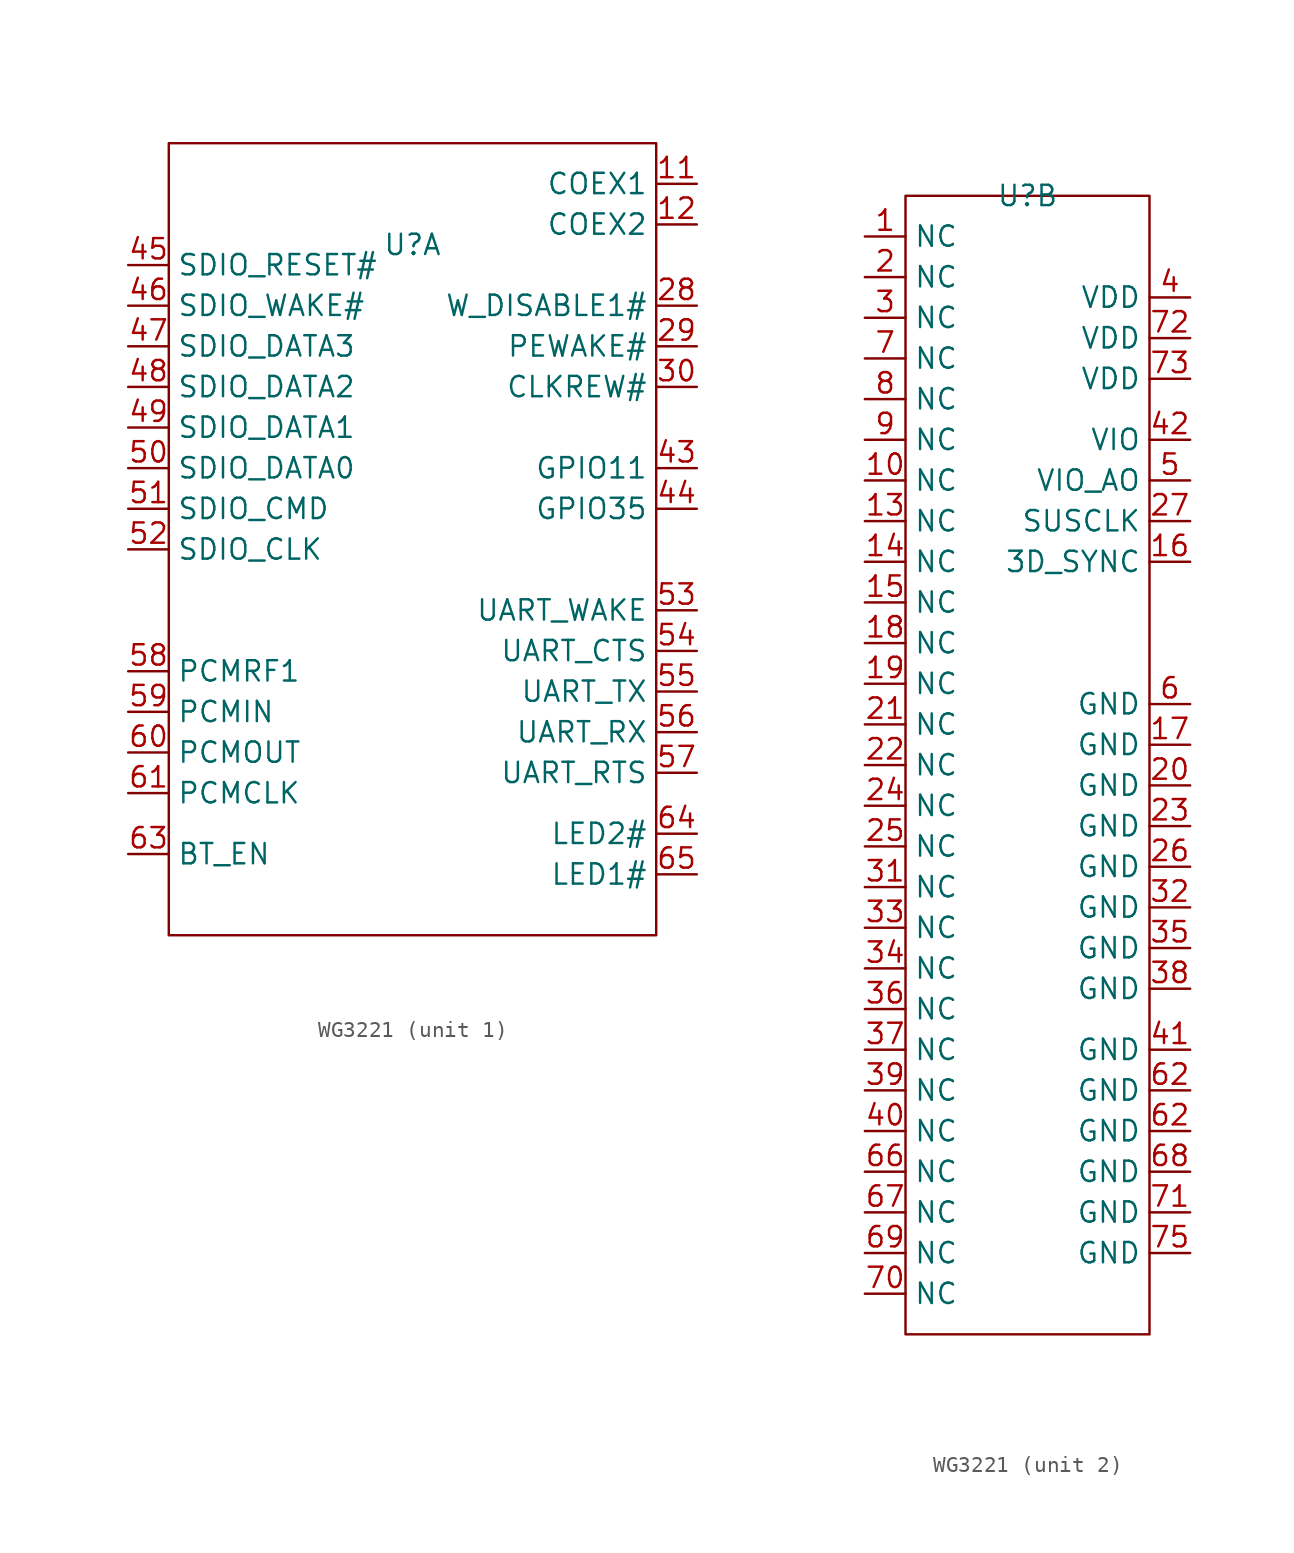
<source format=kicad_sym>
(kicad_symbol_lib
  (version 20231120)
  (generator "kicad_symbol_editor")
  (generator_version "8.0")
  (symbol "WG3221"
    (property "Reference" "U"
      (at 0 0 0)
      (effects (font (size 1.27 1.27))))
    (property "Value" ""
      (at 0 -21.59 0)
      (effects (font (size 1.27 1.27))))
    (property "ki_locked" ""
      (at 0 0 0)
      (effects (font (size 1.27 1.27))))
    (symbol "WG3221_1_1"
      (rectangle (start -15.24 6.35) (end 15.24 -43.18) (stroke (width 0) (type default)) (fill (type none)))
      (pin input line (at 17.78 3.81 180) (length 2.54) (name "COEX1" (effects (font (size 1.27 1.27)))) (number "11" (effects (font (size 1.27 1.27)))))
      (pin input line (at 17.78 1.27 180) (length 2.54) (name "COEX2" (effects (font (size 1.27 1.27)))) (number "12" (effects (font (size 1.27 1.27)))))
      (pin input line (at 17.78 -3.81 180) (length 2.54) (name "W_DISABLE1#" (effects (font (size 1.27 1.27)))) (number "28" (effects (font (size 1.27 1.27)))))
      (pin input line (at 17.78 -6.35 180) (length 2.54) (name "PEWAKE#" (effects (font (size 1.27 1.27)))) (number "29" (effects (font (size 1.27 1.27)))))
      (pin input line (at 17.78 -8.89 180) (length 2.54) (name "CLKREW#" (effects (font (size 1.27 1.27)))) (number "30" (effects (font (size 1.27 1.27)))))
      (pin input line (at 17.78 -13.97 180) (length 2.54) (name "GPIO11" (effects (font (size 1.27 1.27)))) (number "43" (effects (font (size 1.27 1.27)))))
      (pin input line (at 17.78 -16.51 180) (length 2.54) (name "GPIO35" (effects (font (size 1.27 1.27)))) (number "44" (effects (font (size 1.27 1.27)))))
      (pin input line (at -17.78 -1.27 0) (length 2.54) (name "SDIO_RESET#" (effects (font (size 1.27 1.27)))) (number "45" (effects (font (size 1.27 1.27)))))
      (pin input line (at -17.78 -3.81 0) (length 2.54) (name "SDIO_WAKE#" (effects (font (size 1.27 1.27)))) (number "46" (effects (font (size 1.27 1.27)))))
      (pin input line (at -17.78 -6.35 0) (length 2.54) (name "SDIO_DATA3" (effects (font (size 1.27 1.27)))) (number "47" (effects (font (size 1.27 1.27)))))
      (pin input line (at -17.78 -8.89 0) (length 2.54) (name "SDIO_DATA2" (effects (font (size 1.27 1.27)))) (number "48" (effects (font (size 1.27 1.27)))))
      (pin input line (at -17.78 -11.43 0) (length 2.54) (name "SDIO_DATA1" (effects (font (size 1.27 1.27)))) (number "49" (effects (font (size 1.27 1.27)))))
      (pin input line (at -17.78 -13.97 0) (length 2.54) (name "SDIO_DATA0" (effects (font (size 1.27 1.27)))) (number "50" (effects (font (size 1.27 1.27)))))
      (pin input line (at -17.78 -16.51 0) (length 2.54) (name "SDIO_CMD" (effects (font (size 1.27 1.27)))) (number "51" (effects (font (size 1.27 1.27)))))
      (pin input line (at -17.78 -19.05 0) (length 2.54) (name "SDIO_CLK" (effects (font (size 1.27 1.27)))) (number "52" (effects (font (size 1.27 1.27)))))
      (pin input line (at 17.78 -22.86 180) (length 2.54) (name "UART_WAKE" (effects (font (size 1.27 1.27)))) (number "53" (effects (font (size 1.27 1.27)))))
      (pin input line (at 17.78 -25.4 180) (length 2.54) (name "UART_CTS" (effects (font (size 1.27 1.27)))) (number "54" (effects (font (size 1.27 1.27)))))
      (pin input line (at 17.78 -27.94 180) (length 2.54) (name "UART_TX" (effects (font (size 1.27 1.27)))) (number "55" (effects (font (size 1.27 1.27)))))
      (pin input line (at 17.78 -30.48 180) (length 2.54) (name "UART_RX" (effects (font (size 1.27 1.27)))) (number "56" (effects (font (size 1.27 1.27)))))
      (pin input line (at 17.78 -33.02 180) (length 2.54) (name "UART_RTS" (effects (font (size 1.27 1.27)))) (number "57" (effects (font (size 1.27 1.27)))))
      (pin input line (at -17.78 -26.67 0) (length 2.54) (name "PCMRF1" (effects (font (size 1.27 1.27)))) (number "58" (effects (font (size 1.27 1.27)))))
      (pin input line (at -17.78 -29.21 0) (length 2.54) (name "PCMIN" (effects (font (size 1.27 1.27)))) (number "59" (effects (font (size 1.27 1.27)))))
      (pin input line (at -17.78 -31.75 0) (length 2.54) (name "PCMOUT" (effects (font (size 1.27 1.27)))) (number "60" (effects (font (size 1.27 1.27)))))
      (pin input line (at -17.78 -34.29 0) (length 2.54) (name "PCMCLK" (effects (font (size 1.27 1.27)))) (number "61" (effects (font (size 1.27 1.27)))))
      (pin input line (at -17.78 -38.1 0) (length 2.54) (name "BT_EN" (effects (font (size 1.27 1.27)))) (number "63" (effects (font (size 1.27 1.27)))))
      (pin input line (at 17.78 -36.83 180) (length 2.54) (name "LED2#" (effects (font (size 1.27 1.27)))) (number "64" (effects (font (size 1.27 1.27)))))
      (pin input line (at 17.78 -39.37 180) (length 2.54) (name "LED1#" (effects (font (size 1.27 1.27)))) (number "65" (effects (font (size 1.27 1.27))))))
    (symbol "WG3221_2_1"
      (rectangle (start -7.62 0) (end 7.62 -71.12) (stroke (width 0) (type default)) (fill (type none)))
      (pin input line (at -10.16 -2.54 0) (length 2.54) (name "NC" (effects (font (size 1.27 1.27)))) (number "1" (effects (font (size 1.27 1.27)))))
      (pin input line (at -10.16 -17.78 0) (length 2.54) (name "NC" (effects (font (size 1.27 1.27)))) (number "10" (effects (font (size 1.27 1.27)))))
      (pin input line (at 10.16 -66.04 180) (length 2.54) hide (name "GND" (effects (font (size 1.27 1.27)))) (number "100" (effects (font (size 1.27 1.27)))))
      (pin input line (at 10.16 -66.04 180) (length 2.54) hide (name "GND" (effects (font (size 1.27 1.27)))) (number "101" (effects (font (size 1.27 1.27)))))
      (pin input line (at 10.16 -66.04 180) (length 2.54) hide (name "GND" (effects (font (size 1.27 1.27)))) (number "102" (effects (font (size 1.27 1.27)))))
      (pin input line (at 10.16 -66.04 180) (length 2.54) hide (name "GND" (effects (font (size 1.27 1.27)))) (number "103" (effects (font (size 1.27 1.27)))))
      (pin input line (at 10.16 -66.04 180) (length 2.54) hide (name "GND" (effects (font (size 1.27 1.27)))) (number "104" (effects (font (size 1.27 1.27)))))
      (pin input line (at 10.16 -66.04 180) (length 2.54) hide (name "GND" (effects (font (size 1.27 1.27)))) (number "105" (effects (font (size 1.27 1.27)))))
      (pin input line (at 10.16 -66.04 180) (length 2.54) hide (name "GND" (effects (font (size 1.27 1.27)))) (number "106" (effects (font (size 1.27 1.27)))))
      (pin input line (at 10.16 -66.04 180) (length 2.54) hide (name "GND" (effects (font (size 1.27 1.27)))) (number "107" (effects (font (size 1.27 1.27)))))
      (pin input line (at 10.16 -66.04 180) (length 2.54) hide (name "GND" (effects (font (size 1.27 1.27)))) (number "108" (effects (font (size 1.27 1.27)))))
      (pin input line (at -10.16 -20.32 0) (length 2.54) (name "NC" (effects (font (size 1.27 1.27)))) (number "13" (effects (font (size 1.27 1.27)))))
      (pin input line (at -10.16 -22.86 0) (length 2.54) (name "NC" (effects (font (size 1.27 1.27)))) (number "14" (effects (font (size 1.27 1.27)))))
      (pin input line (at -10.16 -25.4 0) (length 2.54) (name "NC" (effects (font (size 1.27 1.27)))) (number "15" (effects (font (size 1.27 1.27)))))
      (pin input line (at 10.16 -22.86 180) (length 2.54) (name "3D_SYNC" (effects (font (size 1.27 1.27)))) (number "16" (effects (font (size 1.27 1.27)))))
      (pin input line (at 10.16 -34.29 180) (length 2.54) (name "GND" (effects (font (size 1.27 1.27)))) (number "17" (effects (font (size 1.27 1.27)))))
      (pin input line (at -10.16 -27.94 0) (length 2.54) (name "NC" (effects (font (size 1.27 1.27)))) (number "18" (effects (font (size 1.27 1.27)))))
      (pin input line (at -10.16 -30.48 0) (length 2.54) (name "NC" (effects (font (size 1.27 1.27)))) (number "19" (effects (font (size 1.27 1.27)))))
      (pin input line (at -10.16 -5.08 0) (length 2.54) (name "NC" (effects (font (size 1.27 1.27)))) (number "2" (effects (font (size 1.27 1.27)))))
      (pin input line (at 10.16 -36.83 180) (length 2.54) (name "GND" (effects (font (size 1.27 1.27)))) (number "20" (effects (font (size 1.27 1.27)))))
      (pin input line (at -10.16 -33.02 0) (length 2.54) (name "NC" (effects (font (size 1.27 1.27)))) (number "21" (effects (font (size 1.27 1.27)))))
      (pin input line (at -10.16 -35.56 0) (length 2.54) (name "NC" (effects (font (size 1.27 1.27)))) (number "22" (effects (font (size 1.27 1.27)))))
      (pin input line (at 10.16 -39.37 180) (length 2.54) (name "GND" (effects (font (size 1.27 1.27)))) (number "23" (effects (font (size 1.27 1.27)))))
      (pin input line (at -10.16 -38.1 0) (length 2.54) (name "NC" (effects (font (size 1.27 1.27)))) (number "24" (effects (font (size 1.27 1.27)))))
      (pin input line (at -10.16 -40.64 0) (length 2.54) (name "NC" (effects (font (size 1.27 1.27)))) (number "25" (effects (font (size 1.27 1.27)))))
      (pin input line (at 10.16 -41.91 180) (length 2.54) (name "GND" (effects (font (size 1.27 1.27)))) (number "26" (effects (font (size 1.27 1.27)))))
      (pin input line (at 10.16 -20.32 180) (length 2.54) (name "SUSCLK" (effects (font (size 1.27 1.27)))) (number "27" (effects (font (size 1.27 1.27)))))
      (pin input line (at -10.16 -7.62 0) (length 2.54) (name "NC" (effects (font (size 1.27 1.27)))) (number "3" (effects (font (size 1.27 1.27)))))
      (pin input line (at -10.16 -43.18 0) (length 2.54) (name "NC" (effects (font (size 1.27 1.27)))) (number "31" (effects (font (size 1.27 1.27)))))
      (pin input line (at 10.16 -44.45 180) (length 2.54) (name "GND" (effects (font (size 1.27 1.27)))) (number "32" (effects (font (size 1.27 1.27)))))
      (pin input line (at -10.16 -45.72 0) (length 2.54) (name "NC" (effects (font (size 1.27 1.27)))) (number "33" (effects (font (size 1.27 1.27)))))
      (pin input line (at -10.16 -48.26 0) (length 2.54) (name "NC" (effects (font (size 1.27 1.27)))) (number "34" (effects (font (size 1.27 1.27)))))
      (pin input line (at 10.16 -46.99 180) (length 2.54) (name "GND" (effects (font (size 1.27 1.27)))) (number "35" (effects (font (size 1.27 1.27)))))
      (pin input line (at -10.16 -50.8 0) (length 2.54) (name "NC" (effects (font (size 1.27 1.27)))) (number "36" (effects (font (size 1.27 1.27)))))
      (pin input line (at -10.16 -53.34 0) (length 2.54) (name "NC" (effects (font (size 1.27 1.27)))) (number "37" (effects (font (size 1.27 1.27)))))
      (pin input line (at 10.16 -49.53 180) (length 2.54) (name "GND" (effects (font (size 1.27 1.27)))) (number "38" (effects (font (size 1.27 1.27)))))
      (pin input line (at -10.16 -55.88 0) (length 2.54) (name "NC" (effects (font (size 1.27 1.27)))) (number "39" (effects (font (size 1.27 1.27)))))
      (pin input line (at 10.16 -6.35 180) (length 2.54) (name "VDD" (effects (font (size 1.27 1.27)))) (number "4" (effects (font (size 1.27 1.27)))))
      (pin input line (at -10.16 -58.42 0) (length 2.54) (name "NC" (effects (font (size 1.27 1.27)))) (number "40" (effects (font (size 1.27 1.27)))))
      (pin input line (at 10.16 -53.34 180) (length 2.54) (name "GND" (effects (font (size 1.27 1.27)))) (number "41" (effects (font (size 1.27 1.27)))))
      (pin input line (at 10.16 -15.24 180) (length 2.54) (name "VIO" (effects (font (size 1.27 1.27)))) (number "42" (effects (font (size 1.27 1.27)))))
      (pin input line (at 10.16 -17.78 180) (length 2.54) (name "VIO_AO" (effects (font (size 1.27 1.27)))) (number "5" (effects (font (size 1.27 1.27)))))
      (pin input line (at 10.16 -31.75 180) (length 2.54) (name "GND" (effects (font (size 1.27 1.27)))) (number "6" (effects (font (size 1.27 1.27)))))
      (pin input line (at 10.16 -58.42 180) (length 2.54) (name "GND" (effects (font (size 1.27 1.27)))) (number "62" (effects (font (size 1.27 1.27)))))
      (pin input line (at 10.16 -55.88 180) (length 2.54) (name "GND" (effects (font (size 1.27 1.27)))) (number "62" (effects (font (size 1.27 1.27)))))
      (pin input line (at -10.16 -60.96 0) (length 2.54) (name "NC" (effects (font (size 1.27 1.27)))) (number "66" (effects (font (size 1.27 1.27)))))
      (pin input line (at -10.16 -63.5 0) (length 2.54) (name "NC" (effects (font (size 1.27 1.27)))) (number "67" (effects (font (size 1.27 1.27)))))
      (pin input line (at 10.16 -60.96 180) (length 2.54) (name "GND" (effects (font (size 1.27 1.27)))) (number "68" (effects (font (size 1.27 1.27)))))
      (pin input line (at -10.16 -66.04 0) (length 2.54) (name "NC" (effects (font (size 1.27 1.27)))) (number "69" (effects (font (size 1.27 1.27)))))
      (pin input line (at -10.16 -10.16 0) (length 2.54) (name "NC" (effects (font (size 1.27 1.27)))) (number "7" (effects (font (size 1.27 1.27)))))
      (pin input line (at -10.16 -68.58 0) (length 2.54) (name "NC" (effects (font (size 1.27 1.27)))) (number "70" (effects (font (size 1.27 1.27)))))
      (pin input line (at 10.16 -63.5 180) (length 2.54) (name "GND" (effects (font (size 1.27 1.27)))) (number "71" (effects (font (size 1.27 1.27)))))
      (pin input line (at 10.16 -8.89 180) (length 2.54) (name "VDD" (effects (font (size 1.27 1.27)))) (number "72" (effects (font (size 1.27 1.27)))))
      (pin input line (at 10.16 -11.43 180) (length 2.54) (name "VDD" (effects (font (size 1.27 1.27)))) (number "73" (effects (font (size 1.27 1.27)))))
      (pin input line (at 10.16 -66.04 180) (length 2.54) (name "GND" (effects (font (size 1.27 1.27)))) (number "75" (effects (font (size 1.27 1.27)))))
      (pin input line (at 10.16 -66.04 180) (length 2.54) hide (name "GND" (effects (font (size 1.27 1.27)))) (number "76" (effects (font (size 1.27 1.27)))))
      (pin input line (at 10.16 -66.04 180) (length 2.54) hide (name "GND" (effects (font (size 1.27 1.27)))) (number "77" (effects (font (size 1.27 1.27)))))
      (pin input line (at 10.16 -66.04 180) (length 2.54) hide (name "GND" (effects (font (size 1.27 1.27)))) (number "78" (effects (font (size 1.27 1.27)))))
      (pin input line (at 10.16 -66.04 180) (length 2.54) hide (name "GND" (effects (font (size 1.27 1.27)))) (number "79" (effects (font (size 1.27 1.27)))))
      (pin input line (at -10.16 -12.7 0) (length 2.54) (name "NC" (effects (font (size 1.27 1.27)))) (number "8" (effects (font (size 1.27 1.27)))))
      (pin input line (at 10.16 -66.04 180) (length 2.54) hide (name "GND" (effects (font (size 1.27 1.27)))) (number "80" (effects (font (size 1.27 1.27)))))
      (pin input line (at 10.16 -66.04 180) (length 2.54) hide (name "GND" (effects (font (size 1.27 1.27)))) (number "81" (effects (font (size 1.27 1.27)))))
      (pin input line (at 10.16 -66.04 180) (length 2.54) hide (name "GND" (effects (font (size 1.27 1.27)))) (number "82" (effects (font (size 1.27 1.27)))))
      (pin input line (at 10.16 -66.04 180) (length 2.54) hide (name "GND" (effects (font (size 1.27 1.27)))) (number "83" (effects (font (size 1.27 1.27)))))
      (pin input line (at 10.16 -66.04 180) (length 2.54) hide (name "GND" (effects (font (size 1.27 1.27)))) (number "84" (effects (font (size 1.27 1.27)))))
      (pin input line (at 10.16 -66.04 180) (length 2.54) hide (name "GND" (effects (font (size 1.27 1.27)))) (number "85" (effects (font (size 1.27 1.27)))))
      (pin input line (at 10.16 -66.04 180) (length 2.54) hide (name "GND" (effects (font (size 1.27 1.27)))) (number "86" (effects (font (size 1.27 1.27)))))
      (pin input line (at 10.16 -66.04 180) (length 2.54) hide (name "GND" (effects (font (size 1.27 1.27)))) (number "87" (effects (font (size 1.27 1.27)))))
      (pin input line (at 10.16 -66.04 180) (length 2.54) hide (name "GND" (effects (font (size 1.27 1.27)))) (number "88" (effects (font (size 1.27 1.27)))))
      (pin input line (at 10.16 -66.04 180) (length 2.54) hide (name "GND" (effects (font (size 1.27 1.27)))) (number "89" (effects (font (size 1.27 1.27)))))
      (pin input line (at -10.16 -15.24 0) (length 2.54) (name "NC" (effects (font (size 1.27 1.27)))) (number "9" (effects (font (size 1.27 1.27)))))
      (pin input line (at 10.16 -66.04 180) (length 2.54) hide (name "GND" (effects (font (size 1.27 1.27)))) (number "90" (effects (font (size 1.27 1.27)))))
      (pin input line (at 10.16 -66.04 180) (length 2.54) hide (name "GND" (effects (font (size 1.27 1.27)))) (number "91" (effects (font (size 1.27 1.27)))))
      (pin input line (at 10.16 -66.04 180) (length 2.54) hide (name "GND" (effects (font (size 1.27 1.27)))) (number "92" (effects (font (size 1.27 1.27)))))
      (pin input line (at 10.16 -66.04 180) (length 2.54) hide (name "GND" (effects (font (size 1.27 1.27)))) (number "93" (effects (font (size 1.27 1.27)))))
      (pin input line (at 10.16 -66.04 180) (length 2.54) hide (name "GND" (effects (font (size 1.27 1.27)))) (number "94" (effects (font (size 1.27 1.27)))))
      (pin input line (at 10.16 -66.04 180) (length 2.54) hide (name "GND" (effects (font (size 1.27 1.27)))) (number "95" (effects (font (size 1.27 1.27)))))
      (pin input line (at 10.16 -66.04 180) (length 2.54) hide (name "GND" (effects (font (size 1.27 1.27)))) (number "96" (effects (font (size 1.27 1.27)))))
      (pin input line (at 10.16 -66.04 180) (length 2.54) hide (name "GND" (effects (font (size 1.27 1.27)))) (number "97" (effects (font (size 1.27 1.27)))))
      (pin input line (at 10.16 -66.04 180) (length 2.54) hide (name "GND" (effects (font (size 1.27 1.27)))) (number "98" (effects (font (size 1.27 1.27)))))
      (pin input line (at 10.16 -66.04 180) (length 2.54) hide (name "GND" (effects (font (size 1.27 1.27)))) (number "99" (effects (font (size 1.27 1.27))))))))
</source>
